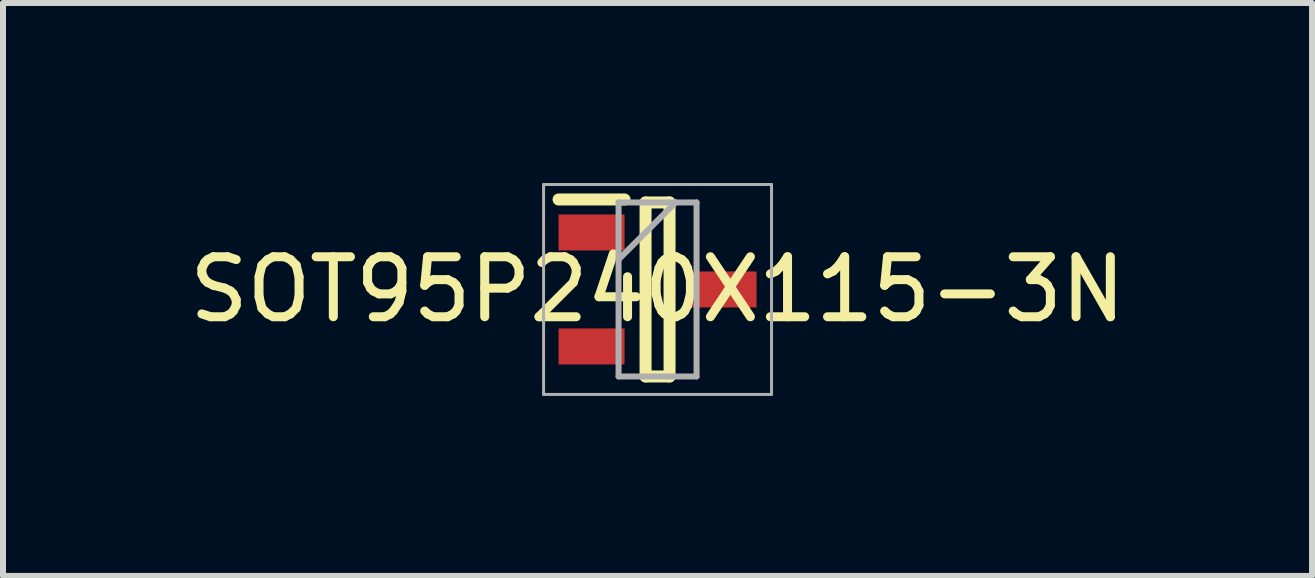
<source format=kicad_pcb>
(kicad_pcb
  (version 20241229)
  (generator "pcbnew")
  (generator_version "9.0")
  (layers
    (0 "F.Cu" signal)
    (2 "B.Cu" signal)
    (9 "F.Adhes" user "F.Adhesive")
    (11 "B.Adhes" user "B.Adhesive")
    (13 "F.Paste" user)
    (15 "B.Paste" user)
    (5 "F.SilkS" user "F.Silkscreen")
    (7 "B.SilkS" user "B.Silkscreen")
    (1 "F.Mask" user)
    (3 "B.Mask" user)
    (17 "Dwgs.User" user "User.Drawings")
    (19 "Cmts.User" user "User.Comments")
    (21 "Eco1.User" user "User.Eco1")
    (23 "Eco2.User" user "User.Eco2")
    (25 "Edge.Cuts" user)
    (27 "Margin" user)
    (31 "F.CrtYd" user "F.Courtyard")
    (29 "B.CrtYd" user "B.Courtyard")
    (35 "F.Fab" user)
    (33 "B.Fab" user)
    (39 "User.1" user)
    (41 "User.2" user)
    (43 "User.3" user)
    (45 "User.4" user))
  (footprint "SOT95P240X115-3N"
    (layer "F.Cu")
    (at 7.911 1.775)
    (property "Reference" "SOT95P240X115-3N" (at 0 0 0) (layer "F.SilkS") (effects (font (size 1 1) (thickness 0.15))))
    (attr through_hole)
    (fp_line (start -1.65 -1.5) (end -0.55 -1.5) (stroke (width 0.2) (type solid)) (layer "F.SilkS"))
    (fp_line (start -0.2 -1.45) (end 0.2 -1.45) (stroke (width 0.2) (type solid)) (layer "F.SilkS"))
    (fp_line (start -0.2 1.45) (end -0.2 -1.45) (stroke (width 0.2) (type solid)) (layer "F.SilkS"))
    (fp_line (start 0.2 -1.45) (end 0.2 1.45) (stroke (width 0.2) (type solid)) (layer "F.SilkS"))
    (fp_line (start 0.2 1.45) (end -0.2 1.45) (stroke (width 0.2) (type solid)) (layer "F.SilkS"))
    (fp_line (start -1.9 -1.75) (end 1.9 -1.75) (stroke (width 0.05) (type solid)) (layer "F.Fab"))
    (fp_line (start -1.9 1.75) (end -1.9 -1.75) (stroke (width 0.05) (type solid)) (layer "F.Fab"))
    (fp_line (start -0.65 -1.45) (end 0.3 -1.45) (stroke (width 0.1) (type solid)) (layer "F.Fab"))
    (fp_line (start -0.65 -0.5) (end -0.65 -1.45) (stroke (width 0.1) (type solid)) (layer "F.Fab"))
    (fp_line (start -0.65 -0.5) (end 0.3 -1.45) (stroke (width 0.1) (type solid)) (layer "F.Fab"))
    (fp_line (start -0.65 1.45) (end -0.65 -0.5) (stroke (width 0.1) (type solid)) (layer "F.Fab"))
    (fp_line (start 0.3 -1.45) (end 0.65 -1.45) (stroke (width 0.1) (type solid)) (layer "F.Fab"))
    (fp_line (start 0.65 -1.45) (end 0.65 1.45) (stroke (width 0.1) (type solid)) (layer "F.Fab"))
    (fp_line (start 0.65 1.45) (end -0.65 1.45) (stroke (width 0.1) (type solid)) (layer "F.Fab"))
    (fp_line (start 1.9 -1.75) (end 1.9 1.75) (stroke (width 0.05) (type solid)) (layer "F.Fab"))
    (fp_line (start 1.9 1.75) (end -1.9 1.75) (stroke (width 0.05) (type solid)) (layer "F.Fab"))
    (pad "1" smd rect (at -1.1 -0.95) (size 1.1 0.6) (layers "F.Cu" "F.Mask" "F.Paste"))
    (pad "2" smd rect (at -1.1 0.95) (size 1.1 0.6) (layers "F.Cu" "F.Mask" "F.Paste"))
    (pad "3" smd rect (at 1.1 0) (size 1.1 0.6) (layers "F.Cu" "F.Mask" "F.Paste")))
  (gr_rect
    (start -3 -3)
    (end 18.821 6.55)
    (stroke (width 0.1) (type default))
    (fill no)
    (layer "Edge.Cuts")))
</source>
